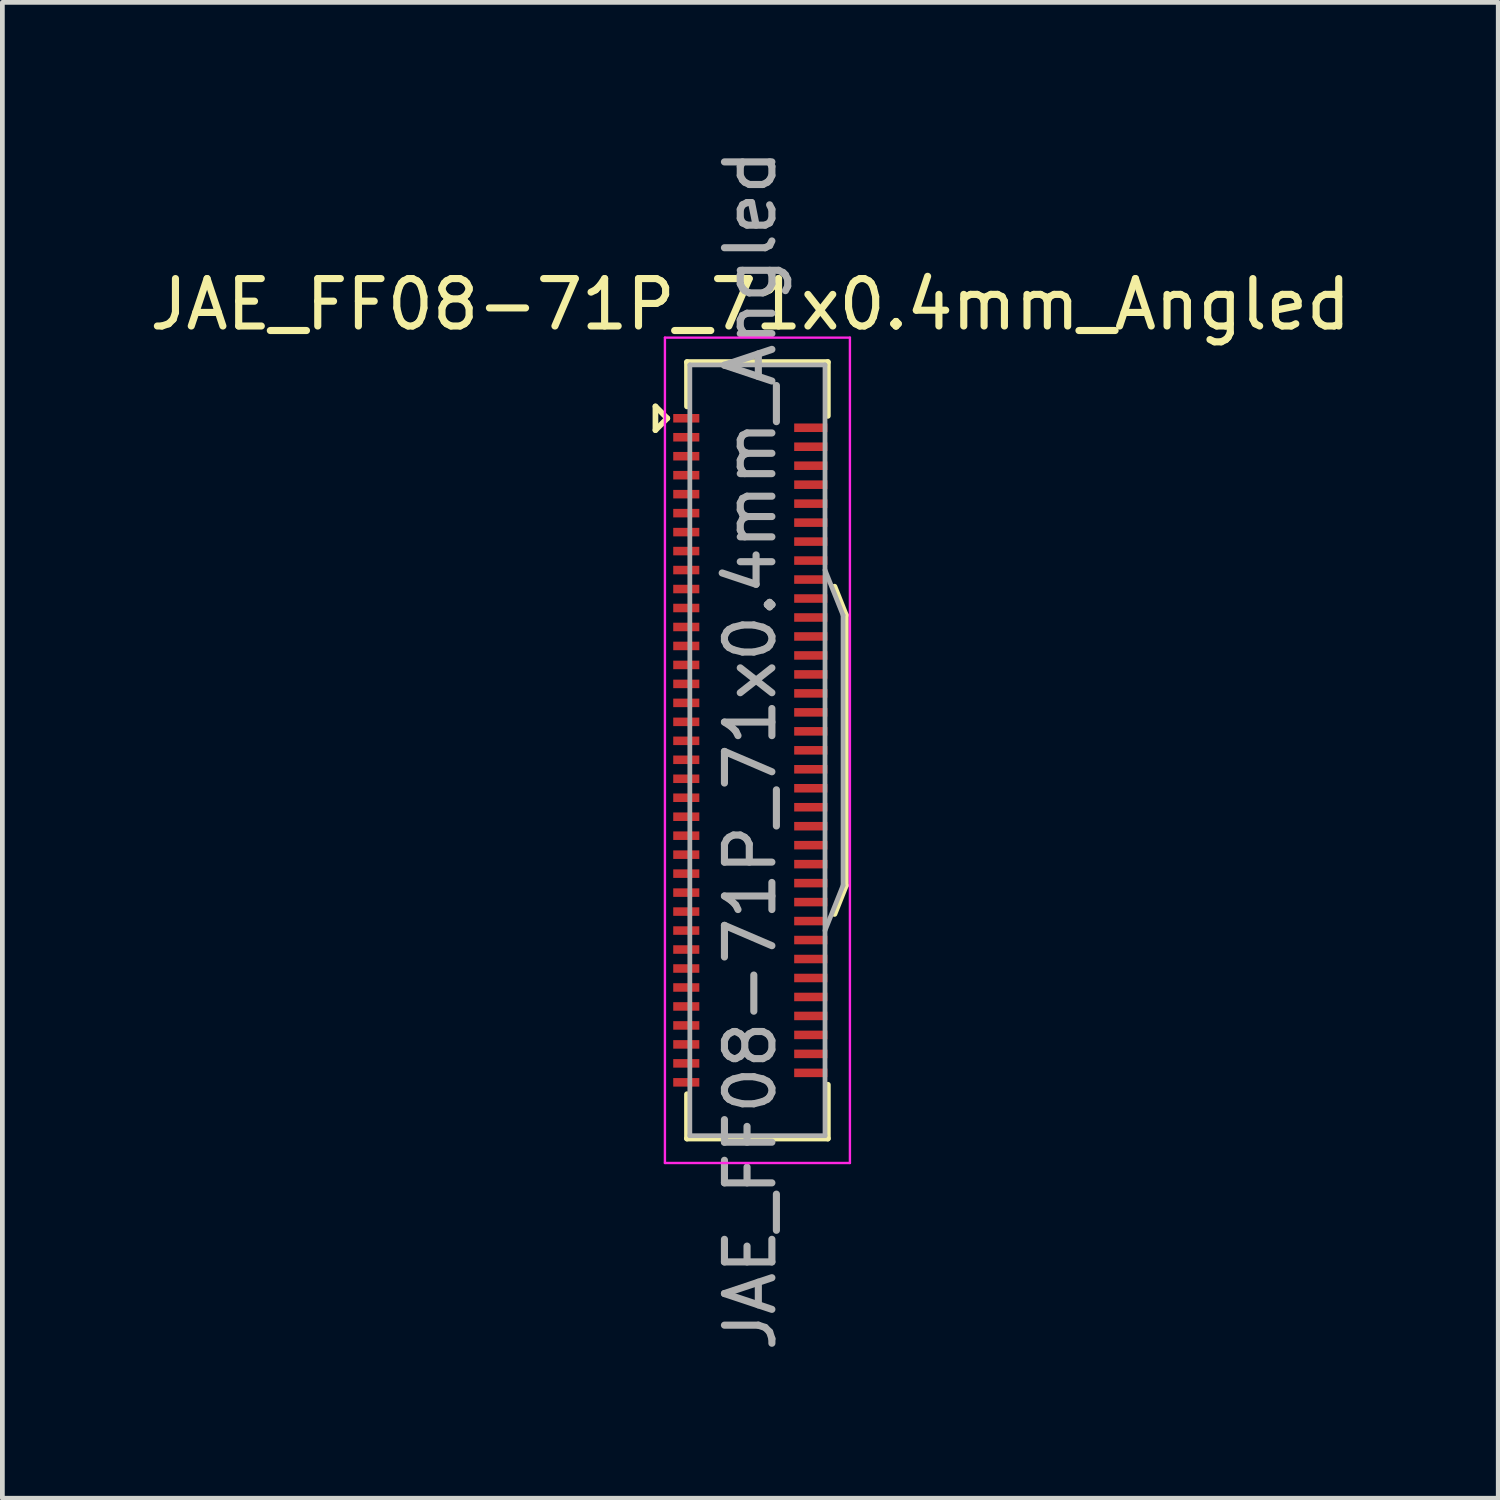
<source format=kicad_pcb>
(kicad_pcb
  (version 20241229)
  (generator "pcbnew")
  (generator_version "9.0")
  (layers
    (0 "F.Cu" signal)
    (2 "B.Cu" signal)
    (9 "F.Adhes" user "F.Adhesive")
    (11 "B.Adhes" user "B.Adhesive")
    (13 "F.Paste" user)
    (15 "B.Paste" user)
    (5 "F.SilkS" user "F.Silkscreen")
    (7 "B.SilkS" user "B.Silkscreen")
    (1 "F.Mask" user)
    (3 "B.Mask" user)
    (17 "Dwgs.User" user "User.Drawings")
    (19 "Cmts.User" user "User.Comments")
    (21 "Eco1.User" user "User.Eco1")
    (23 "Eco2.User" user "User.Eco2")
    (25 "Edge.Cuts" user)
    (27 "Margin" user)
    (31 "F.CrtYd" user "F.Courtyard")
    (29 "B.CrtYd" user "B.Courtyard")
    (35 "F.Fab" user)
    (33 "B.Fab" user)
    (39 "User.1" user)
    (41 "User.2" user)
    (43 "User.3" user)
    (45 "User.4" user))
  (footprint "JAE_FF08-71P_71x0.4mm_Angled"
    (layer "F.Cu")
    (at 12.768 12.768)
    (property "Reference" "JAE_FF08-71P_71x0.4mm_Angled" (at 0 -9.4 0) (layer "F.SilkS") (effects (font (size 1 1) (thickness 0.15))))
    (attr smd)
    (fp_line (start -2 -7.25) (end -1.75 -7) (stroke (width 0.12) (type solid)) (layer "F.SilkS"))
    (fp_line (start -2 -6.75) (end -2 -7.25) (stroke (width 0.12) (type solid)) (layer "F.SilkS"))
    (fp_line (start -1.75 -7) (end -2 -6.75) (stroke (width 0.12) (type solid)) (layer "F.SilkS"))
    (fp_line (start -1.335 -8.185) (end -1.335 -7.25) (stroke (width 0.12) (type solid)) (layer "F.SilkS"))
    (fp_line (start -1.335 -8.185) (end 1.635 -8.185) (stroke (width 0.12) (type solid)) (layer "F.SilkS"))
    (fp_line (start -1.335 8.185) (end -1.335 7.25) (stroke (width 0.12) (type solid)) (layer "F.SilkS"))
    (fp_line (start 1.635 -8.185) (end 1.635 -7.05) (stroke (width 0.12) (type solid)) (layer "F.SilkS"))
    (fp_line (start 1.635 7.05) (end 1.635 8.185) (stroke (width 0.12) (type solid)) (layer "F.SilkS"))
    (fp_line (start 1.635 8.185) (end -1.335 8.185) (stroke (width 0.12) (type solid)) (layer "F.SilkS"))
    (fp_line (start 1.775 -3.45) (end 2.015 -2.85) (stroke (width 0.12) (type solid)) (layer "F.SilkS"))
    (fp_line (start 1.775 3.45) (end 2.015 2.85) (stroke (width 0.12) (type solid)) (layer "F.SilkS"))
    (fp_line (start 2.015 -2.85) (end 2.015 2.85) (stroke (width 0.12) (type solid)) (layer "F.SilkS"))
    (fp_line (start -1.8 -8.7) (end 2.1 -8.7) (stroke (width 0.05) (type solid)) (layer "F.CrtYd"))
    (fp_line (start -1.8 8.7) (end -1.8 -8.7) (stroke (width 0.05) (type solid)) (layer "F.CrtYd"))
    (fp_line (start 2.1 -8.7) (end 2.1 8.7) (stroke (width 0.05) (type solid)) (layer "F.CrtYd"))
    (fp_line (start 2.1 8.7) (end -1.8 8.7) (stroke (width 0.05) (type solid)) (layer "F.CrtYd"))
    (fp_line (start -1.275 -8.125) (end 1.575 -8.125) (stroke (width 0.1) (type solid)) (layer "F.Fab"))
    (fp_line (start -1.275 8.125) (end -1.275 -8.125) (stroke (width 0.1) (type solid)) (layer "F.Fab"))
    (fp_line (start -1.275 8.125) (end 1.575 8.125) (stroke (width 0.1) (type solid)) (layer "F.Fab"))
    (fp_line (start 1.575 8.125) (end 1.575 -8.125) (stroke (width 0.1) (type solid)) (layer "F.Fab"))
    (fp_line (start 1.955 -2.85) (end 1.575 -3.8) (stroke (width 0.1) (type solid)) (layer "F.Fab"))
    (fp_line (start 1.955 2.85) (end 1.575 3.8) (stroke (width 0.1) (type solid)) (layer "F.Fab"))
    (fp_line (start 1.955 2.85) (end 1.955 -2.85) (stroke (width 0.1) (type solid)) (layer "F.Fab"))
    (fp_text user "${REFERENCE}" (at 0 0 90) (layer "F.Fab") (effects (font (size 1 1) (thickness 0.15))))
    (pad "1" smd rect (at -1.35 -7 90) (size 0.18 0.55) (layers "F.Cu" "F.Mask" "F.Paste"))
    (pad "2" smd rect (at 1.275 -6.8 90) (size 0.18 0.7) (layers "F.Cu" "F.Mask" "F.Paste"))
    (pad "3" smd rect (at -1.35 -6.6 90) (size 0.18 0.55) (layers "F.Cu" "F.Mask" "F.Paste"))
    (pad "4" smd rect (at 1.275 -6.4 90) (size 0.18 0.7) (layers "F.Cu" "F.Mask" "F.Paste"))
    (pad "5" smd rect (at -1.35 -6.2 90) (size 0.18 0.55) (layers "F.Cu" "F.Mask" "F.Paste"))
    (pad "6" smd rect (at 1.275 -6 90) (size 0.18 0.7) (layers "F.Cu" "F.Mask" "F.Paste"))
    (pad "7" smd rect (at -1.35 -5.8 90) (size 0.18 0.55) (layers "F.Cu" "F.Mask" "F.Paste"))
    (pad "8" smd rect (at 1.275 -5.6 90) (size 0.18 0.7) (layers "F.Cu" "F.Mask" "F.Paste"))
    (pad "9" smd rect (at -1.35 -5.4 90) (size 0.18 0.55) (layers "F.Cu" "F.Mask" "F.Paste"))
    (pad "10" smd rect (at 1.275 -5.2 90) (size 0.18 0.7) (layers "F.Cu" "F.Mask" "F.Paste"))
    (pad "11" smd rect (at -1.35 -5 90) (size 0.18 0.55) (layers "F.Cu" "F.Mask" "F.Paste"))
    (pad "12" smd rect (at 1.275 -4.8 90) (size 0.18 0.7) (layers "F.Cu" "F.Mask" "F.Paste"))
    (pad "13" smd rect (at -1.35 -4.6 90) (size 0.18 0.55) (layers "F.Cu" "F.Mask" "F.Paste"))
    (pad "14" smd rect (at 1.275 -4.4 90) (size 0.18 0.7) (layers "F.Cu" "F.Mask" "F.Paste"))
    (pad "15" smd rect (at -1.35 -4.2 90) (size 0.18 0.55) (layers "F.Cu" "F.Mask" "F.Paste"))
    (pad "16" smd rect (at 1.275 -4 90) (size 0.18 0.7) (layers "F.Cu" "F.Mask" "F.Paste"))
    (pad "17" smd rect (at -1.35 -3.8 90) (size 0.18 0.55) (layers "F.Cu" "F.Mask" "F.Paste"))
    (pad "18" smd rect (at 1.275 -3.6 90) (size 0.18 0.7) (layers "F.Cu" "F.Mask" "F.Paste"))
    (pad "19" smd rect (at -1.35 -3.4 90) (size 0.18 0.55) (layers "F.Cu" "F.Mask" "F.Paste"))
    (pad "20" smd rect (at 1.275 -3.2 90) (size 0.18 0.7) (layers "F.Cu" "F.Mask" "F.Paste"))
    (pad "21" smd rect (at -1.35 -3 90) (size 0.18 0.55) (layers "F.Cu" "F.Mask" "F.Paste"))
    (pad "22" smd rect (at 1.275 -2.8 90) (size 0.18 0.7) (layers "F.Cu" "F.Mask" "F.Paste"))
    (pad "23" smd rect (at -1.35 -2.6 90) (size 0.18 0.55) (layers "F.Cu" "F.Mask" "F.Paste"))
    (pad "24" smd rect (at 1.275 -2.4 90) (size 0.18 0.7) (layers "F.Cu" "F.Mask" "F.Paste"))
    (pad "25" smd rect (at -1.35 -2.2 90) (size 0.18 0.55) (layers "F.Cu" "F.Mask" "F.Paste"))
    (pad "26" smd rect (at 1.275 -2 90) (size 0.18 0.7) (layers "F.Cu" "F.Mask" "F.Paste"))
    (pad "27" smd rect (at -1.35 -1.8 90) (size 0.18 0.55) (layers "F.Cu" "F.Mask" "F.Paste"))
    (pad "28" smd rect (at 1.275 -1.6 90) (size 0.18 0.7) (layers "F.Cu" "F.Mask" "F.Paste"))
    (pad "29" smd rect (at -1.35 -1.4 90) (size 0.18 0.55) (layers "F.Cu" "F.Mask" "F.Paste"))
    (pad "30" smd rect (at 1.275 -1.2 90) (size 0.18 0.7) (layers "F.Cu" "F.Mask" "F.Paste"))
    (pad "31" smd rect (at -1.35 -1 90) (size 0.18 0.55) (layers "F.Cu" "F.Mask" "F.Paste"))
    (pad "32" smd rect (at 1.275 -0.8 90) (size 0.18 0.7) (layers "F.Cu" "F.Mask" "F.Paste"))
    (pad "33" smd rect (at -1.35 -0.6 90) (size 0.18 0.55) (layers "F.Cu" "F.Mask" "F.Paste"))
    (pad "34" smd rect (at 1.275 -0.4 90) (size 0.18 0.7) (layers "F.Cu" "F.Mask" "F.Paste"))
    (pad "35" smd rect (at -1.35 -0.2 90) (size 0.18 0.55) (layers "F.Cu" "F.Mask" "F.Paste"))
    (pad "36" smd rect (at 1.275 0 90) (size 0.18 0.7) (layers "F.Cu" "F.Mask" "F.Paste"))
    (pad "37" smd rect (at -1.35 0.2 90) (size 0.18 0.55) (layers "F.Cu" "F.Mask" "F.Paste"))
    (pad "38" smd rect (at 1.275 0.4 90) (size 0.18 0.7) (layers "F.Cu" "F.Mask" "F.Paste"))
    (pad "39" smd rect (at -1.35 0.6 90) (size 0.18 0.55) (layers "F.Cu" "F.Mask" "F.Paste"))
    (pad "40" smd rect (at 1.275 0.8 90) (size 0.18 0.7) (layers "F.Cu" "F.Mask" "F.Paste"))
    (pad "41" smd rect (at -1.35 1 90) (size 0.18 0.55) (layers "F.Cu" "F.Mask" "F.Paste"))
    (pad "42" smd rect (at 1.275 1.2 90) (size 0.18 0.7) (layers "F.Cu" "F.Mask" "F.Paste"))
    (pad "43" smd rect (at -1.35 1.4 90) (size 0.18 0.55) (layers "F.Cu" "F.Mask" "F.Paste"))
    (pad "44" smd rect (at 1.275 1.6 90) (size 0.18 0.7) (layers "F.Cu" "F.Mask" "F.Paste"))
    (pad "45" smd rect (at -1.35 1.8 90) (size 0.18 0.55) (layers "F.Cu" "F.Mask" "F.Paste"))
    (pad "46" smd rect (at 1.275 2 90) (size 0.18 0.7) (layers "F.Cu" "F.Mask" "F.Paste"))
    (pad "47" smd rect (at -1.35 2.2 90) (size 0.18 0.55) (layers "F.Cu" "F.Mask" "F.Paste"))
    (pad "48" smd rect (at 1.275 2.4 90) (size 0.18 0.7) (layers "F.Cu" "F.Mask" "F.Paste"))
    (pad "49" smd rect (at -1.35 2.6 90) (size 0.18 0.55) (layers "F.Cu" "F.Mask" "F.Paste"))
    (pad "50" smd rect (at 1.275 2.8 90) (size 0.18 0.7) (layers "F.Cu" "F.Mask" "F.Paste"))
    (pad "51" smd rect (at -1.35 3 90) (size 0.18 0.55) (layers "F.Cu" "F.Mask" "F.Paste"))
    (pad "52" smd rect (at 1.275 3.2 90) (size 0.18 0.7) (layers "F.Cu" "F.Mask" "F.Paste"))
    (pad "53" smd rect (at -1.35 3.4 90) (size 0.18 0.55) (layers "F.Cu" "F.Mask" "F.Paste"))
    (pad "54" smd rect (at 1.275 3.6 90) (size 0.18 0.7) (layers "F.Cu" "F.Mask" "F.Paste"))
    (pad "55" smd rect (at -1.35 3.8 90) (size 0.18 0.55) (layers "F.Cu" "F.Mask" "F.Paste"))
    (pad "56" smd rect (at 1.275 4 90) (size 0.18 0.7) (layers "F.Cu" "F.Mask" "F.Paste"))
    (pad "57" smd rect (at -1.35 4.2 90) (size 0.18 0.55) (layers "F.Cu" "F.Mask" "F.Paste"))
    (pad "58" smd rect (at 1.275 4.4 90) (size 0.18 0.7) (layers "F.Cu" "F.Mask" "F.Paste"))
    (pad "59" smd rect (at -1.35 4.6 90) (size 0.18 0.55) (layers "F.Cu" "F.Mask" "F.Paste"))
    (pad "60" smd rect (at 1.275 4.8 90) (size 0.18 0.7) (layers "F.Cu" "F.Mask" "F.Paste"))
    (pad "61" smd rect (at -1.35 5 90) (size 0.18 0.55) (layers "F.Cu" "F.Mask" "F.Paste"))
    (pad "62" smd rect (at 1.275 5.2 90) (size 0.18 0.7) (layers "F.Cu" "F.Mask" "F.Paste"))
    (pad "63" smd rect (at -1.35 5.4 90) (size 0.18 0.55) (layers "F.Cu" "F.Mask" "F.Paste"))
    (pad "64" smd rect (at 1.275 5.6 90) (size 0.18 0.7) (layers "F.Cu" "F.Mask" "F.Paste"))
    (pad "65" smd rect (at -1.35 5.8 90) (size 0.18 0.55) (layers "F.Cu" "F.Mask" "F.Paste"))
    (pad "66" smd rect (at 1.275 6 90) (size 0.18 0.7) (layers "F.Cu" "F.Mask" "F.Paste"))
    (pad "67" smd rect (at -1.35 6.2 90) (size 0.18 0.55) (layers "F.Cu" "F.Mask" "F.Paste"))
    (pad "68" smd rect (at 1.275 6.4 90) (size 0.18 0.7) (layers "F.Cu" "F.Mask" "F.Paste"))
    (pad "69" smd rect (at -1.35 6.6 90) (size 0.18 0.55) (layers "F.Cu" "F.Mask" "F.Paste"))
    (pad "70" smd rect (at 1.275 6.8 90) (size 0.18 0.7) (layers "F.Cu" "F.Mask" "F.Paste"))
    (pad "71" smd rect (at -1.35 7 90) (size 0.18 0.55) (layers "F.Cu" "F.Mask" "F.Paste")))
  (gr_rect
    (start -3 -3)
    (end 28.536 28.536)
    (stroke (width 0.1) (type default))
    (fill no)
    (layer "Edge.Cuts")))
</source>
